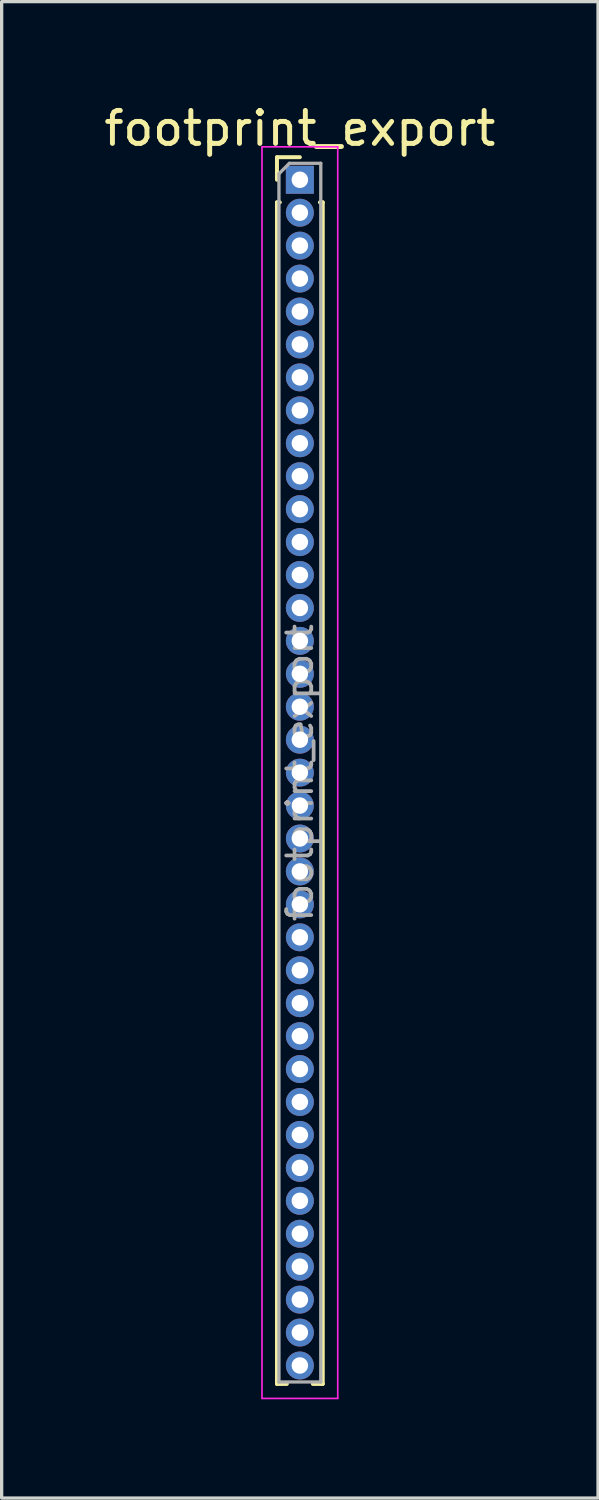
<source format=kicad_pcb>
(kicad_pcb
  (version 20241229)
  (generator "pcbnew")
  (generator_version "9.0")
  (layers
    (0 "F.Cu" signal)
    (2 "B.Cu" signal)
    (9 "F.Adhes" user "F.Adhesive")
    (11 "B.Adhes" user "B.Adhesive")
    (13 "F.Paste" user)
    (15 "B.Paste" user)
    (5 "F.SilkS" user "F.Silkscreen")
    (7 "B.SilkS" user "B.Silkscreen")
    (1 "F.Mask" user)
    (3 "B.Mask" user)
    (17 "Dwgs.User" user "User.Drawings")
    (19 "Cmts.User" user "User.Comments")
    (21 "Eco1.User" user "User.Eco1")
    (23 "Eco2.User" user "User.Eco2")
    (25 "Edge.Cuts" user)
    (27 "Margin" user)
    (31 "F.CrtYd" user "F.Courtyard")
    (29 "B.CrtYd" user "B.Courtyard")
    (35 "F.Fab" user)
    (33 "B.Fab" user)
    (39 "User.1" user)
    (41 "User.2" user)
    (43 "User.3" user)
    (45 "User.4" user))
  (footprint "footprint_export"
    (layer "F.Cu")
    (at 6.054 2.408)
    (property "Reference" "footprint_export" (at 0 -1.56 0) (layer "F.SilkS") (effects (font (size 1 1) (thickness 0.15))))
    (attr through_hole)
    (fp_line (start -0.695 -0.685) (end 0 -0.685) (stroke (width 0.12) (type solid)) (layer "F.SilkS"))
    (fp_line (start -0.695 0) (end -0.695 -0.685) (stroke (width 0.12) (type solid)) (layer "F.SilkS"))
    (fp_line (start -0.695 0.685) (end -0.695 36.56) (stroke (width 0.12) (type solid)) (layer "F.SilkS"))
    (fp_line (start -0.695 0.685) (end -0.608 0.685) (stroke (width 0.12) (type solid)) (layer "F.SilkS"))
    (fp_line (start -0.695 36.56) (end -0.394 36.56) (stroke (width 0.12) (type solid)) (layer "F.SilkS"))
    (fp_line (start 0.394 36.56) (end 0.695 36.56) (stroke (width 0.12) (type solid)) (layer "F.SilkS"))
    (fp_line (start 0.608 0.685) (end 0.695 0.685) (stroke (width 0.12) (type solid)) (layer "F.SilkS"))
    (fp_line (start 0.695 0.685) (end 0.695 36.56) (stroke (width 0.12) (type solid)) (layer "F.SilkS"))
    (fp_line (start -1.15 -1) (end -1.15 37) (stroke (width 0.05) (type solid)) (layer "F.CrtYd"))
    (fp_line (start -1.15 37) (end 1.15 37) (stroke (width 0.05) (type solid)) (layer "F.CrtYd"))
    (fp_line (start 1.15 -1) (end -1.15 -1) (stroke (width 0.05) (type solid)) (layer "F.CrtYd"))
    (fp_line (start 1.15 37) (end 1.15 -1) (stroke (width 0.05) (type solid)) (layer "F.CrtYd"))
    (fp_line (start -0.635 -0.182) (end -0.318 -0.5) (stroke (width 0.1) (type solid)) (layer "F.Fab"))
    (fp_line (start -0.635 36.5) (end -0.635 -0.182) (stroke (width 0.1) (type solid)) (layer "F.Fab"))
    (fp_line (start -0.318 -0.5) (end 0.635 -0.5) (stroke (width 0.1) (type solid)) (layer "F.Fab"))
    (fp_line (start 0.635 -0.5) (end 0.635 36.5) (stroke (width 0.1) (type solid)) (layer "F.Fab"))
    (fp_line (start 0.635 36.5) (end -0.635 36.5) (stroke (width 0.1) (type solid)) (layer "F.Fab"))
    (fp_text user "${REFERENCE}" (at 0 18 90) (layer "F.Fab") (effects (font (size 0.76 0.76) (thickness 0.114))))
    (pad "1" thru_hole rect (at 0 0) (size 0.85 0.85) (drill 0.5) (layers "*.Cu" "*.Mask"))
    (pad "2" thru_hole oval (at 0 1) (size 0.85 0.85) (drill 0.5) (layers "*.Cu" "*.Mask"))
    (pad "3" thru_hole oval (at 0 2) (size 0.85 0.85) (drill 0.5) (layers "*.Cu" "*.Mask"))
    (pad "4" thru_hole oval (at 0 3) (size 0.85 0.85) (drill 0.5) (layers "*.Cu" "*.Mask"))
    (pad "5" thru_hole oval (at 0 4) (size 0.85 0.85) (drill 0.5) (layers "*.Cu" "*.Mask"))
    (pad "6" thru_hole oval (at 0 5) (size 0.85 0.85) (drill 0.5) (layers "*.Cu" "*.Mask"))
    (pad "7" thru_hole oval (at 0 6) (size 0.85 0.85) (drill 0.5) (layers "*.Cu" "*.Mask"))
    (pad "8" thru_hole oval (at 0 7) (size 0.85 0.85) (drill 0.5) (layers "*.Cu" "*.Mask"))
    (pad "9" thru_hole oval (at 0 8) (size 0.85 0.85) (drill 0.5) (layers "*.Cu" "*.Mask"))
    (pad "10" thru_hole oval (at 0 9) (size 0.85 0.85) (drill 0.5) (layers "*.Cu" "*.Mask"))
    (pad "11" thru_hole oval (at 0 10) (size 0.85 0.85) (drill 0.5) (layers "*.Cu" "*.Mask"))
    (pad "12" thru_hole oval (at 0 11) (size 0.85 0.85) (drill 0.5) (layers "*.Cu" "*.Mask"))
    (pad "13" thru_hole oval (at 0 12) (size 0.85 0.85) (drill 0.5) (layers "*.Cu" "*.Mask"))
    (pad "14" thru_hole oval (at 0 13) (size 0.85 0.85) (drill 0.5) (layers "*.Cu" "*.Mask"))
    (pad "15" thru_hole oval (at 0 14) (size 0.85 0.85) (drill 0.5) (layers "*.Cu" "*.Mask"))
    (pad "16" thru_hole oval (at 0 15) (size 0.85 0.85) (drill 0.5) (layers "*.Cu" "*.Mask"))
    (pad "17" thru_hole oval (at 0 16) (size 0.85 0.85) (drill 0.5) (layers "*.Cu" "*.Mask"))
    (pad "18" thru_hole oval (at 0 17) (size 0.85 0.85) (drill 0.5) (layers "*.Cu" "*.Mask"))
    (pad "19" thru_hole oval (at 0 18) (size 0.85 0.85) (drill 0.5) (layers "*.Cu" "*.Mask"))
    (pad "20" thru_hole oval (at 0 19) (size 0.85 0.85) (drill 0.5) (layers "*.Cu" "*.Mask"))
    (pad "21" thru_hole oval (at 0 20) (size 0.85 0.85) (drill 0.5) (layers "*.Cu" "*.Mask"))
    (pad "22" thru_hole oval (at 0 21) (size 0.85 0.85) (drill 0.5) (layers "*.Cu" "*.Mask"))
    (pad "23" thru_hole oval (at 0 22) (size 0.85 0.85) (drill 0.5) (layers "*.Cu" "*.Mask"))
    (pad "24" thru_hole oval (at 0 23) (size 0.85 0.85) (drill 0.5) (layers "*.Cu" "*.Mask"))
    (pad "25" thru_hole oval (at 0 24) (size 0.85 0.85) (drill 0.5) (layers "*.Cu" "*.Mask"))
    (pad "26" thru_hole oval (at 0 25) (size 0.85 0.85) (drill 0.5) (layers "*.Cu" "*.Mask"))
    (pad "27" thru_hole oval (at 0 26) (size 0.85 0.85) (drill 0.5) (layers "*.Cu" "*.Mask"))
    (pad "28" thru_hole oval (at 0 27) (size 0.85 0.85) (drill 0.5) (layers "*.Cu" "*.Mask"))
    (pad "29" thru_hole oval (at 0 28) (size 0.85 0.85) (drill 0.5) (layers "*.Cu" "*.Mask"))
    (pad "30" thru_hole oval (at 0 29) (size 0.85 0.85) (drill 0.5) (layers "*.Cu" "*.Mask"))
    (pad "31" thru_hole oval (at 0 30) (size 0.85 0.85) (drill 0.5) (layers "*.Cu" "*.Mask"))
    (pad "32" thru_hole oval (at 0 31) (size 0.85 0.85) (drill 0.5) (layers "*.Cu" "*.Mask"))
    (pad "33" thru_hole oval (at 0 32) (size 0.85 0.85) (drill 0.5) (layers "*.Cu" "*.Mask"))
    (pad "34" thru_hole oval (at 0 33) (size 0.85 0.85) (drill 0.5) (layers "*.Cu" "*.Mask"))
    (pad "35" thru_hole oval (at 0 34) (size 0.85 0.85) (drill 0.5) (layers "*.Cu" "*.Mask"))
    (pad "36" thru_hole oval (at 0 35) (size 0.85 0.85) (drill 0.5) (layers "*.Cu" "*.Mask"))
    (pad "37" thru_hole oval (at 0 36) (size 0.85 0.85) (drill 0.5) (layers "*.Cu" "*.Mask")))
  (gr_rect
    (start -3 -3)
    (end 15.107 42.433)
    (stroke (width 0.1) (type default))
    (fill no)
    (layer "Edge.Cuts")))
</source>
